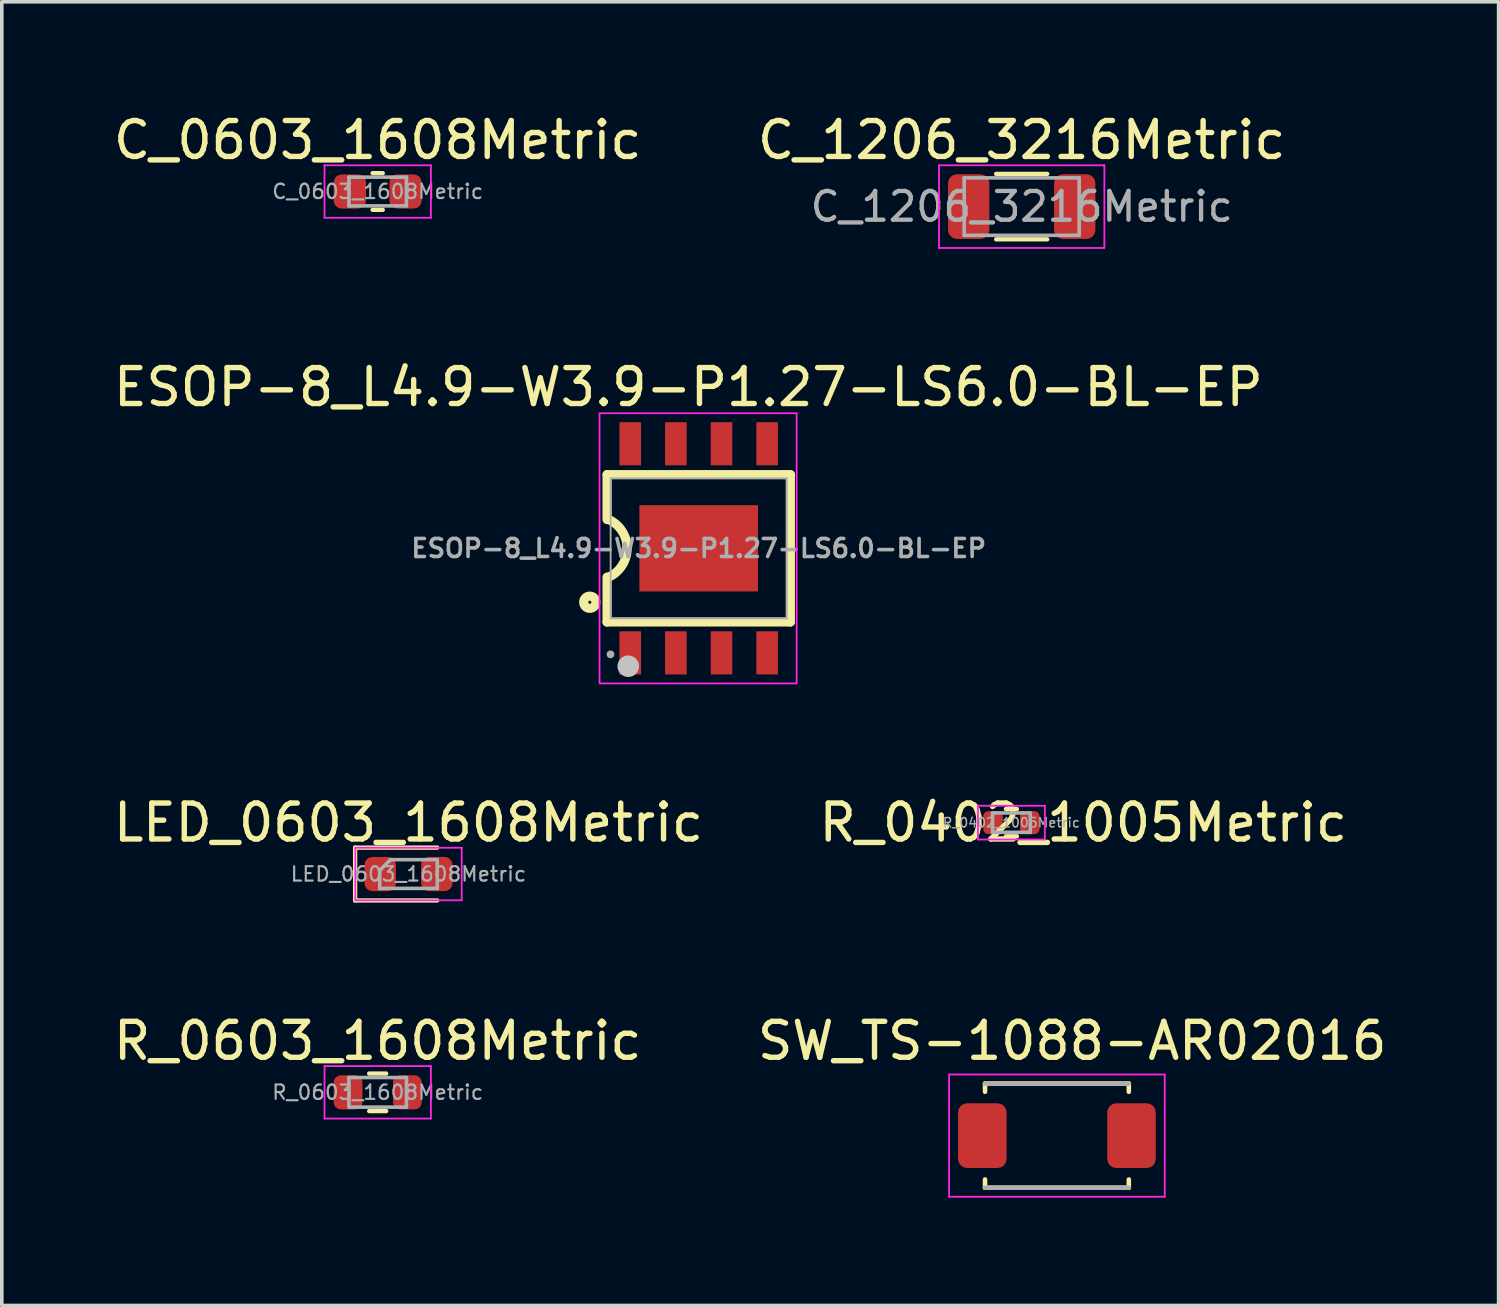
<source format=kicad_pcb>
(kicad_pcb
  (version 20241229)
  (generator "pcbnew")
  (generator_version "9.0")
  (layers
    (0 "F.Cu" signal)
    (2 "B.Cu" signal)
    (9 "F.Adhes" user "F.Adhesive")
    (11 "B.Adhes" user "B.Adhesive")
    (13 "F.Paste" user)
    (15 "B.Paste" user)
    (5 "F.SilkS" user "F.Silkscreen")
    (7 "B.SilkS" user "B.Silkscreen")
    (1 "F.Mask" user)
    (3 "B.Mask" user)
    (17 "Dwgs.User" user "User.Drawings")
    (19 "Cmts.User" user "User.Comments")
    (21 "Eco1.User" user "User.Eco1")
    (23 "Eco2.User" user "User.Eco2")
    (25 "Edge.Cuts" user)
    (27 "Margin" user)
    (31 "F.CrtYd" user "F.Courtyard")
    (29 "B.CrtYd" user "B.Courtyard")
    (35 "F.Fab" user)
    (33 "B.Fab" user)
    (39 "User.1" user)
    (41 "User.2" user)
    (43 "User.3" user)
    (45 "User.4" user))
  (footprint "C_0603_1608Metric"
    (layer "F.Cu")
    (at 7.458 2.278)
    (property "Reference" "C_0603_1608Metric" (at 0 -1.43 180) (layer "F.SilkS") (effects (font (size 1 1) (thickness 0.15))))
    (attr smd)
    (fp_line (start -0.141 -0.51) (end 0.141 -0.51) (stroke (width 0.12) (type solid)) (layer "F.SilkS"))
    (fp_line (start -0.141 0.51) (end 0.141 0.51) (stroke (width 0.12) (type solid)) (layer "F.SilkS"))
    (fp_line (start -1.48 -0.73) (end 1.48 -0.73) (stroke (width 0.05) (type solid)) (layer "F.CrtYd"))
    (fp_line (start -1.48 0.73) (end -1.48 -0.73) (stroke (width 0.05) (type solid)) (layer "F.CrtYd"))
    (fp_line (start 1.48 -0.73) (end 1.48 0.73) (stroke (width 0.05) (type solid)) (layer "F.CrtYd"))
    (fp_line (start 1.48 0.73) (end -1.48 0.73) (stroke (width 0.05) (type solid)) (layer "F.CrtYd"))
    (fp_line (start -0.8 -0.4) (end 0.8 -0.4) (stroke (width 0.1) (type solid)) (layer "F.Fab"))
    (fp_line (start -0.8 0.4) (end -0.8 -0.4) (stroke (width 0.1) (type solid)) (layer "F.Fab"))
    (fp_line (start 0.8 -0.4) (end 0.8 0.4) (stroke (width 0.1) (type solid)) (layer "F.Fab"))
    (fp_line (start 0.8 0.4) (end -0.8 0.4) (stroke (width 0.1) (type solid)) (layer "F.Fab"))
    (fp_text user "${REFERENCE}" (at 0 0 180) (layer "F.Fab") (effects (font (size 0.4 0.4) (thickness 0.06))))
    (pad "1" smd roundrect (at -0.775 0) (size 0.9 0.95) (layers "F.Cu" "F.Mask" "F.Paste") (roundrect_rratio 0.25))
    (pad "2" smd roundrect (at 0.775 0) (size 0.9 0.95) (layers "F.Cu" "F.Mask" "F.Paste") (roundrect_rratio 0.25)))
  (footprint "R_0402_1005Metric"
    (layer "F.Cu")
    (at 25.089 19.837)
    (property "Reference" "R_0402_1005Metric" (at 2 0 0) (layer "F.SilkS") (effects (font (size 1 1) (thickness 0.15))))
    (attr smd)
    (fp_line (start -0.154 -0.38) (end 0.154 -0.38) (stroke (width 0.12) (type solid)) (layer "F.SilkS"))
    (fp_line (start -0.154 0.38) (end 0.154 0.38) (stroke (width 0.12) (type solid)) (layer "F.SilkS"))
    (fp_line (start -0.93 -0.47) (end 0.93 -0.47) (stroke (width 0.05) (type solid)) (layer "F.CrtYd"))
    (fp_line (start -0.93 0.47) (end -0.93 -0.47) (stroke (width 0.05) (type solid)) (layer "F.CrtYd"))
    (fp_line (start 0.93 -0.47) (end 0.93 0.47) (stroke (width 0.05) (type solid)) (layer "F.CrtYd"))
    (fp_line (start 0.93 0.47) (end -0.93 0.47) (stroke (width 0.05) (type solid)) (layer "F.CrtYd"))
    (fp_line (start -0.525 -0.27) (end 0.525 -0.27) (stroke (width 0.1) (type solid)) (layer "F.Fab"))
    (fp_line (start -0.525 0.27) (end -0.525 -0.27) (stroke (width 0.1) (type solid)) (layer "F.Fab"))
    (fp_line (start 0.525 -0.27) (end 0.525 0.27) (stroke (width 0.1) (type solid)) (layer "F.Fab"))
    (fp_line (start 0.525 0.27) (end -0.525 0.27) (stroke (width 0.1) (type solid)) (layer "F.Fab"))
    (fp_text user "${REFERENCE}" (at 0 0 0) (layer "F.Fab") (effects (font (size 0.26 0.26) (thickness 0.04))))
    (pad "1" smd roundrect (at -0.51 0) (size 0.54 0.64) (layers "F.Cu" "F.Mask" "F.Paste") (roundrect_rratio 0.25))
    (pad "2" smd roundrect (at 0.51 0) (size 0.54 0.64) (layers "F.Cu" "F.Mask" "F.Paste") (roundrect_rratio 0.25)))
  (footprint "SW_TS-1088-AR02016"
    (layer "F.Cu")
    (at 26.355 28.545)
    (property "Reference" "SW_TS-1088-AR02016" (at 0.425 -2.635 0) (layer "F.SilkS") (effects (font (size 1 1) (thickness 0.15))))
    (attr smd)
    (fp_line (start -2 -1.45) (end 2 -1.45) (stroke (width 0.127) (type solid)) (layer "F.SilkS"))
    (fp_line (start -2 -1.22) (end -2 -1.45) (stroke (width 0.127) (type solid)) (layer "F.SilkS"))
    (fp_line (start -2 1.45) (end -2 1.22) (stroke (width 0.127) (type solid)) (layer "F.SilkS"))
    (fp_line (start 2 -1.45) (end 2 -1.22) (stroke (width 0.127) (type solid)) (layer "F.SilkS"))
    (fp_line (start 2 1.45) (end -2 1.45) (stroke (width 0.127) (type solid)) (layer "F.SilkS"))
    (fp_line (start 2 1.45) (end 2 1.22) (stroke (width 0.127) (type solid)) (layer "F.SilkS"))
    (fp_line (start -3 -1.7) (end -3 1.7) (stroke (width 0.05) (type solid)) (layer "F.CrtYd"))
    (fp_line (start -3 1.7) (end 3 1.7) (stroke (width 0.05) (type solid)) (layer "F.CrtYd"))
    (fp_line (start 3 -1.7) (end -3 -1.7) (stroke (width 0.05) (type solid)) (layer "F.CrtYd"))
    (fp_line (start 3 1.7) (end 3 -1.7) (stroke (width 0.05) (type solid)) (layer "F.CrtYd"))
    (fp_line (start -2 -1.45) (end 2 -1.45) (stroke (width 0.127) (type solid)) (layer "F.Fab"))
    (fp_line (start 2 1.45) (end -2 1.45) (stroke (width 0.127) (type solid)) (layer "F.Fab"))
    (pad "1" smd roundrect (at -2.075 0) (size 1.35 1.8) (layers "F.Cu" "F.Mask" "F.Paste") (roundrect_rratio 0.185))
    (pad "2" smd roundrect (at 2.075 0) (size 1.35 1.8) (layers "F.Cu" "F.Mask" "F.Paste") (roundrect_rratio 0.185)))
  (footprint "C_1206_3216Metric"
    (layer "F.Cu")
    (at 25.375 2.698)
    (property "Reference" "C_1206_3216Metric" (at 0 -1.85 180) (layer "F.SilkS") (effects (font (size 1 1) (thickness 0.15))))
    (attr smd)
    (fp_line (start -0.711 -0.91) (end 0.711 -0.91) (stroke (width 0.12) (type solid)) (layer "F.SilkS"))
    (fp_line (start -0.711 0.91) (end 0.711 0.91) (stroke (width 0.12) (type solid)) (layer "F.SilkS"))
    (fp_line (start -2.3 -1.15) (end 2.3 -1.15) (stroke (width 0.05) (type solid)) (layer "F.CrtYd"))
    (fp_line (start -2.3 1.15) (end -2.3 -1.15) (stroke (width 0.05) (type solid)) (layer "F.CrtYd"))
    (fp_line (start 2.3 -1.15) (end 2.3 1.15) (stroke (width 0.05) (type solid)) (layer "F.CrtYd"))
    (fp_line (start 2.3 1.15) (end -2.3 1.15) (stroke (width 0.05) (type solid)) (layer "F.CrtYd"))
    (fp_line (start -1.6 -0.8) (end 1.6 -0.8) (stroke (width 0.1) (type solid)) (layer "F.Fab"))
    (fp_line (start -1.6 0.8) (end -1.6 -0.8) (stroke (width 0.1) (type solid)) (layer "F.Fab"))
    (fp_line (start 1.6 -0.8) (end 1.6 0.8) (stroke (width 0.1) (type solid)) (layer "F.Fab"))
    (fp_line (start 1.6 0.8) (end -1.6 0.8) (stroke (width 0.1) (type solid)) (layer "F.Fab"))
    (fp_text user "${REFERENCE}" (at 0 0 180) (layer "F.Fab") (effects (font (size 0.8 0.8) (thickness 0.12))))
    (pad "1" smd roundrect (at -1.475 0) (size 1.15 1.8) (layers "F.Cu" "F.Mask" "F.Paste") (roundrect_rratio 0.217))
    (pad "2" smd roundrect (at 1.475 0) (size 1.15 1.8) (layers "F.Cu" "F.Mask" "F.Paste") (roundrect_rratio 0.217)))
  (footprint "R_0603_1608Metric"
    (layer "F.Cu")
    (at 7.458 27.34)
    (property "Reference" "R_0603_1608Metric" (at 0 -1.43 180) (layer "F.SilkS") (effects (font (size 1 1) (thickness 0.15))))
    (attr smd)
    (fp_line (start -0.237 -0.522) (end 0.237 -0.522) (stroke (width 0.12) (type solid)) (layer "F.SilkS"))
    (fp_line (start -0.237 0.522) (end 0.237 0.522) (stroke (width 0.12) (type solid)) (layer "F.SilkS"))
    (fp_line (start -1.48 -0.73) (end 1.48 -0.73) (stroke (width 0.05) (type solid)) (layer "F.CrtYd"))
    (fp_line (start -1.48 0.73) (end -1.48 -0.73) (stroke (width 0.05) (type solid)) (layer "F.CrtYd"))
    (fp_line (start 1.48 -0.73) (end 1.48 0.73) (stroke (width 0.05) (type solid)) (layer "F.CrtYd"))
    (fp_line (start 1.48 0.73) (end -1.48 0.73) (stroke (width 0.05) (type solid)) (layer "F.CrtYd"))
    (fp_line (start -0.8 -0.412) (end 0.8 -0.412) (stroke (width 0.1) (type solid)) (layer "F.Fab"))
    (fp_line (start -0.8 0.412) (end -0.8 -0.412) (stroke (width 0.1) (type solid)) (layer "F.Fab"))
    (fp_line (start 0.8 -0.412) (end 0.8 0.412) (stroke (width 0.1) (type solid)) (layer "F.Fab"))
    (fp_line (start 0.8 0.412) (end -0.8 0.412) (stroke (width 0.1) (type solid)) (layer "F.Fab"))
    (fp_text user "${REFERENCE}" (at 0 0 180) (layer "F.Fab") (effects (font (size 0.4 0.4) (thickness 0.06))))
    (pad "1" smd roundrect (at -0.825 0) (size 0.8 0.95) (layers "F.Cu" "F.Mask" "F.Paste") (roundrect_rratio 0.25))
    (pad "2" smd roundrect (at 0.825 0) (size 0.8 0.95) (layers "F.Cu" "F.Mask" "F.Paste") (roundrect_rratio 0.25)))
  (footprint "ESOP-8_L4.9-W3.9-P1.27-LS6.0-BL-EP"
    (layer "F.Cu")
    (at 16.389 12.205)
    (property "Reference" "ESOP-8_L4.9-W3.9-P1.27-LS6.0-BL-EP" (at -0.288 -4.484 0) (layer "F.SilkS") (effects (font (size 1 1) (thickness 0.15))))
    (fp_line (start -2.55 -2.05) (end 2.55 -2.05) (stroke (width 0.254) (type default)) (layer "F.SilkS"))
    (fp_line (start -2.55 -0.8) (end -2.55 -2.05) (stroke (width 0.254) (type default)) (layer "F.SilkS"))
    (fp_line (start -2.55 0.8) (end -2.55 2.05) (stroke (width 0.254) (type default)) (layer "F.SilkS"))
    (fp_line (start 2.55 -2.05) (end 2.55 2.05) (stroke (width 0.254) (type default)) (layer "F.SilkS"))
    (fp_line (start 2.55 2.05) (end -2.55 2.05) (stroke (width 0.254) (type default)) (layer "F.SilkS"))
    (fp_arc (start -2.5 -0.8) (mid -1.99147 0) (end -2.5 0.8) (stroke (width 0.254) (type default)) (layer "F.SilkS"))
    (fp_circle (center -3.03 1.5) (end -2.86 1.5) (stroke (width 0.254) (type default)) (fill no) (layer "F.SilkS"))
    (fp_circle (center -1.96 3.28) (end -1.81 3.28) (stroke (width 0.3) (type default)) (fill no) (layer "Dwgs.User"))
    (fp_rect (start -2.759 -3.759) (end 2.725 3.759) (stroke (width 0.05) (type default)) (fill no) (layer "F.CrtYd"))
    (fp_line (start -2.45 -1.95) (end 2.45 -1.95) (stroke (width 0.051) (type default)) (layer "F.Fab"))
    (fp_line (start -2.45 1.95) (end -2.45 -1.95) (stroke (width 0.051) (type default)) (layer "F.Fab"))
    (fp_line (start 2.45 -1.95) (end 2.45 1.95) (stroke (width 0.051) (type default)) (layer "F.Fab"))
    (fp_line (start 2.45 1.95) (end -2.45 1.95) (stroke (width 0.051) (type default)) (layer "F.Fab"))
    (fp_poly (pts (xy -2.399 2.927) (xy -2.431 2.895) (xy -2.477 2.895) (xy -2.509 2.927) (xy -2.509 2.973) (xy -2.477 3.005) (xy -2.431 3.005) (xy -2.399 2.973)) (stroke (width 0.1) (type default)) (fill no) (layer "F.Fab"))
    (fp_poly (pts (xy -2.105 -2.3) (xy -2.105 -2.95) (xy -1.705 -2.95) (xy -1.705 -2.3)) (stroke (width 0.1) (type default)) (fill no) (layer "User.1"))
    (fp_poly (pts (xy -2.105 -1.94) (xy -2.105 -2.31) (xy -1.705 -2.31) (xy -1.705 -1.94)) (stroke (width 0.1) (type default)) (fill no) (layer "User.1"))
    (fp_poly (pts (xy -2.105 2.31) (xy -2.105 1.94) (xy -1.705 1.94) (xy -1.705 2.31)) (stroke (width 0.1) (type default)) (fill no) (layer "User.1"))
    (fp_poly (pts (xy -2.105 2.95) (xy -2.105 2.3) (xy -1.705 2.3) (xy -1.705 2.95)) (stroke (width 0.1) (type default)) (fill no) (layer "User.1"))
    (fp_poly (pts (xy -0.835 -2.3) (xy -0.835 -2.95) (xy -0.435 -2.95) (xy -0.435 -2.3)) (stroke (width 0.1) (type default)) (fill no) (layer "User.1"))
    (fp_poly (pts (xy -0.835 -1.94) (xy -0.835 -2.31) (xy -0.435 -2.31) (xy -0.435 -1.94)) (stroke (width 0.1) (type default)) (fill no) (layer "User.1"))
    (fp_poly (pts (xy -0.835 2.31) (xy -0.835 1.94) (xy -0.435 1.94) (xy -0.435 2.31)) (stroke (width 0.1) (type default)) (fill no) (layer "User.1"))
    (fp_poly (pts (xy -0.835 2.95) (xy -0.835 2.3) (xy -0.435 2.3) (xy -0.435 2.95)) (stroke (width 0.1) (type default)) (fill no) (layer "User.1"))
    (fp_poly (pts (xy 0.435 -2.3) (xy 0.435 -2.95) (xy 0.835 -2.95) (xy 0.835 -2.3)) (stroke (width 0.1) (type default)) (fill no) (layer "User.1"))
    (fp_poly (pts (xy 0.435 -1.94) (xy 0.435 -2.31) (xy 0.835 -2.31) (xy 0.835 -1.94)) (stroke (width 0.1) (type default)) (fill no) (layer "User.1"))
    (fp_poly (pts (xy 0.435 2.31) (xy 0.435 1.94) (xy 0.835 1.94) (xy 0.835 2.31)) (stroke (width 0.1) (type default)) (fill no) (layer "User.1"))
    (fp_poly (pts (xy 0.435 2.95) (xy 0.435 2.3) (xy 0.835 2.3) (xy 0.835 2.95)) (stroke (width 0.1) (type default)) (fill no) (layer "User.1"))
    (fp_poly (pts (xy 1.65 1.2) (xy -1.65 1.2) (xy -1.65 -1.2) (xy 1.65 -1.2)) (stroke (width 0.1) (type default)) (fill no) (layer "User.1"))
    (fp_poly (pts (xy 1.705 -2.3) (xy 1.705 -2.95) (xy 2.105 -2.95) (xy 2.105 -2.3)) (stroke (width 0.1) (type default)) (fill no) (layer "User.1"))
    (fp_poly (pts (xy 1.705 -1.94) (xy 1.705 -2.31) (xy 2.105 -2.31) (xy 2.105 -1.94)) (stroke (width 0.1) (type default)) (fill no) (layer "User.1"))
    (fp_poly (pts (xy 1.705 2.31) (xy 1.705 1.94) (xy 2.105 1.94) (xy 2.105 2.31)) (stroke (width 0.1) (type default)) (fill no) (layer "User.1"))
    (fp_poly (pts (xy 1.705 2.95) (xy 1.705 2.3) (xy 2.105 2.3) (xy 2.105 2.95)) (stroke (width 0.1) (type default)) (fill no) (layer "User.1"))
    (fp_text user "${REFERENCE}" (at 0 0 0) (layer "F.Fab") (effects (font (size 0.5 0.5) (thickness 0.1))))
    (pad "1" smd rect (at -1.905 2.909) (size 0.6 1.2) (layers "F.Cu" "F.Mask" "F.Paste"))
    (pad "2" smd rect (at -0.635 2.909) (size 0.6 1.2) (layers "F.Cu" "F.Mask" "F.Paste"))
    (pad "3" smd rect (at 0.635 2.909) (size 0.6 1.2) (layers "F.Cu" "F.Mask" "F.Paste"))
    (pad "4" smd rect (at 1.905 2.909) (size 0.6 1.2) (layers "F.Cu" "F.Mask" "F.Paste"))
    (pad "5" smd rect (at 1.905 -2.909) (size 0.6 1.2) (layers "F.Cu" "F.Mask" "F.Paste"))
    (pad "6" smd rect (at 0.635 -2.909) (size 0.6 1.2) (layers "F.Cu" "F.Mask" "F.Paste"))
    (pad "7" smd rect (at -0.635 -2.909) (size 0.6 1.2) (layers "F.Cu" "F.Mask" "F.Paste"))
    (pad "8" smd rect (at -1.905 -2.909) (size 0.6 1.2) (layers "F.Cu" "F.Mask" "F.Paste"))
    (pad "9" smd rect (at 0 0 180) (size 3.3 2.4) (layers "F.Cu" "F.Mask" "F.Paste")))
  (footprint "LED_0603_1608Metric"
    (layer "F.Cu")
    (at 8.315 21.267)
    (property "Reference" "LED_0603_1608Metric" (at 0 -1.43 0) (layer "F.SilkS") (effects (font (size 1 1) (thickness 0.15))))
    (attr smd)
    (fp_line (start -1.485 -0.735) (end -1.485 0.735) (stroke (width 0.12) (type solid)) (layer "F.SilkS"))
    (fp_line (start -1.485 0.735) (end 0.8 0.735) (stroke (width 0.12) (type solid)) (layer "F.SilkS"))
    (fp_line (start 0.8 -0.735) (end -1.485 -0.735) (stroke (width 0.12) (type solid)) (layer "F.SilkS"))
    (fp_line (start -1.48 -0.73) (end 1.48 -0.73) (stroke (width 0.05) (type solid)) (layer "F.CrtYd"))
    (fp_line (start -1.48 0.73) (end -1.48 -0.73) (stroke (width 0.05) (type solid)) (layer "F.CrtYd"))
    (fp_line (start 1.48 -0.73) (end 1.48 0.73) (stroke (width 0.05) (type solid)) (layer "F.CrtYd"))
    (fp_line (start 1.48 0.73) (end -1.48 0.73) (stroke (width 0.05) (type solid)) (layer "F.CrtYd"))
    (fp_line (start -0.8 -0.1) (end -0.8 0.4) (stroke (width 0.1) (type solid)) (layer "F.Fab"))
    (fp_line (start -0.8 0.4) (end 0.8 0.4) (stroke (width 0.1) (type solid)) (layer "F.Fab"))
    (fp_line (start -0.5 -0.4) (end -0.8 -0.1) (stroke (width 0.1) (type solid)) (layer "F.Fab"))
    (fp_line (start 0.8 -0.4) (end -0.5 -0.4) (stroke (width 0.1) (type solid)) (layer "F.Fab"))
    (fp_line (start 0.8 0.4) (end 0.8 -0.4) (stroke (width 0.1) (type solid)) (layer "F.Fab"))
    (fp_text user "${REFERENCE}" (at 0 0 0) (layer "F.Fab") (effects (font (size 0.4 0.4) (thickness 0.06))))
    (pad "1" smd roundrect (at -0.787 0) (size 0.875 0.95) (layers "F.Cu" "F.Mask" "F.Paste") (roundrect_rratio 0.25))
    (pad "2" smd roundrect (at 0.787 0) (size 0.875 0.95) (layers "F.Cu" "F.Mask" "F.Paste") (roundrect_rratio 0.25)))
  (gr_rect
    (start -3 -3)
    (end 38.643 33.27)
    (stroke (width 0.1) (type default))
    (fill no)
    (layer "Edge.Cuts")))
</source>
